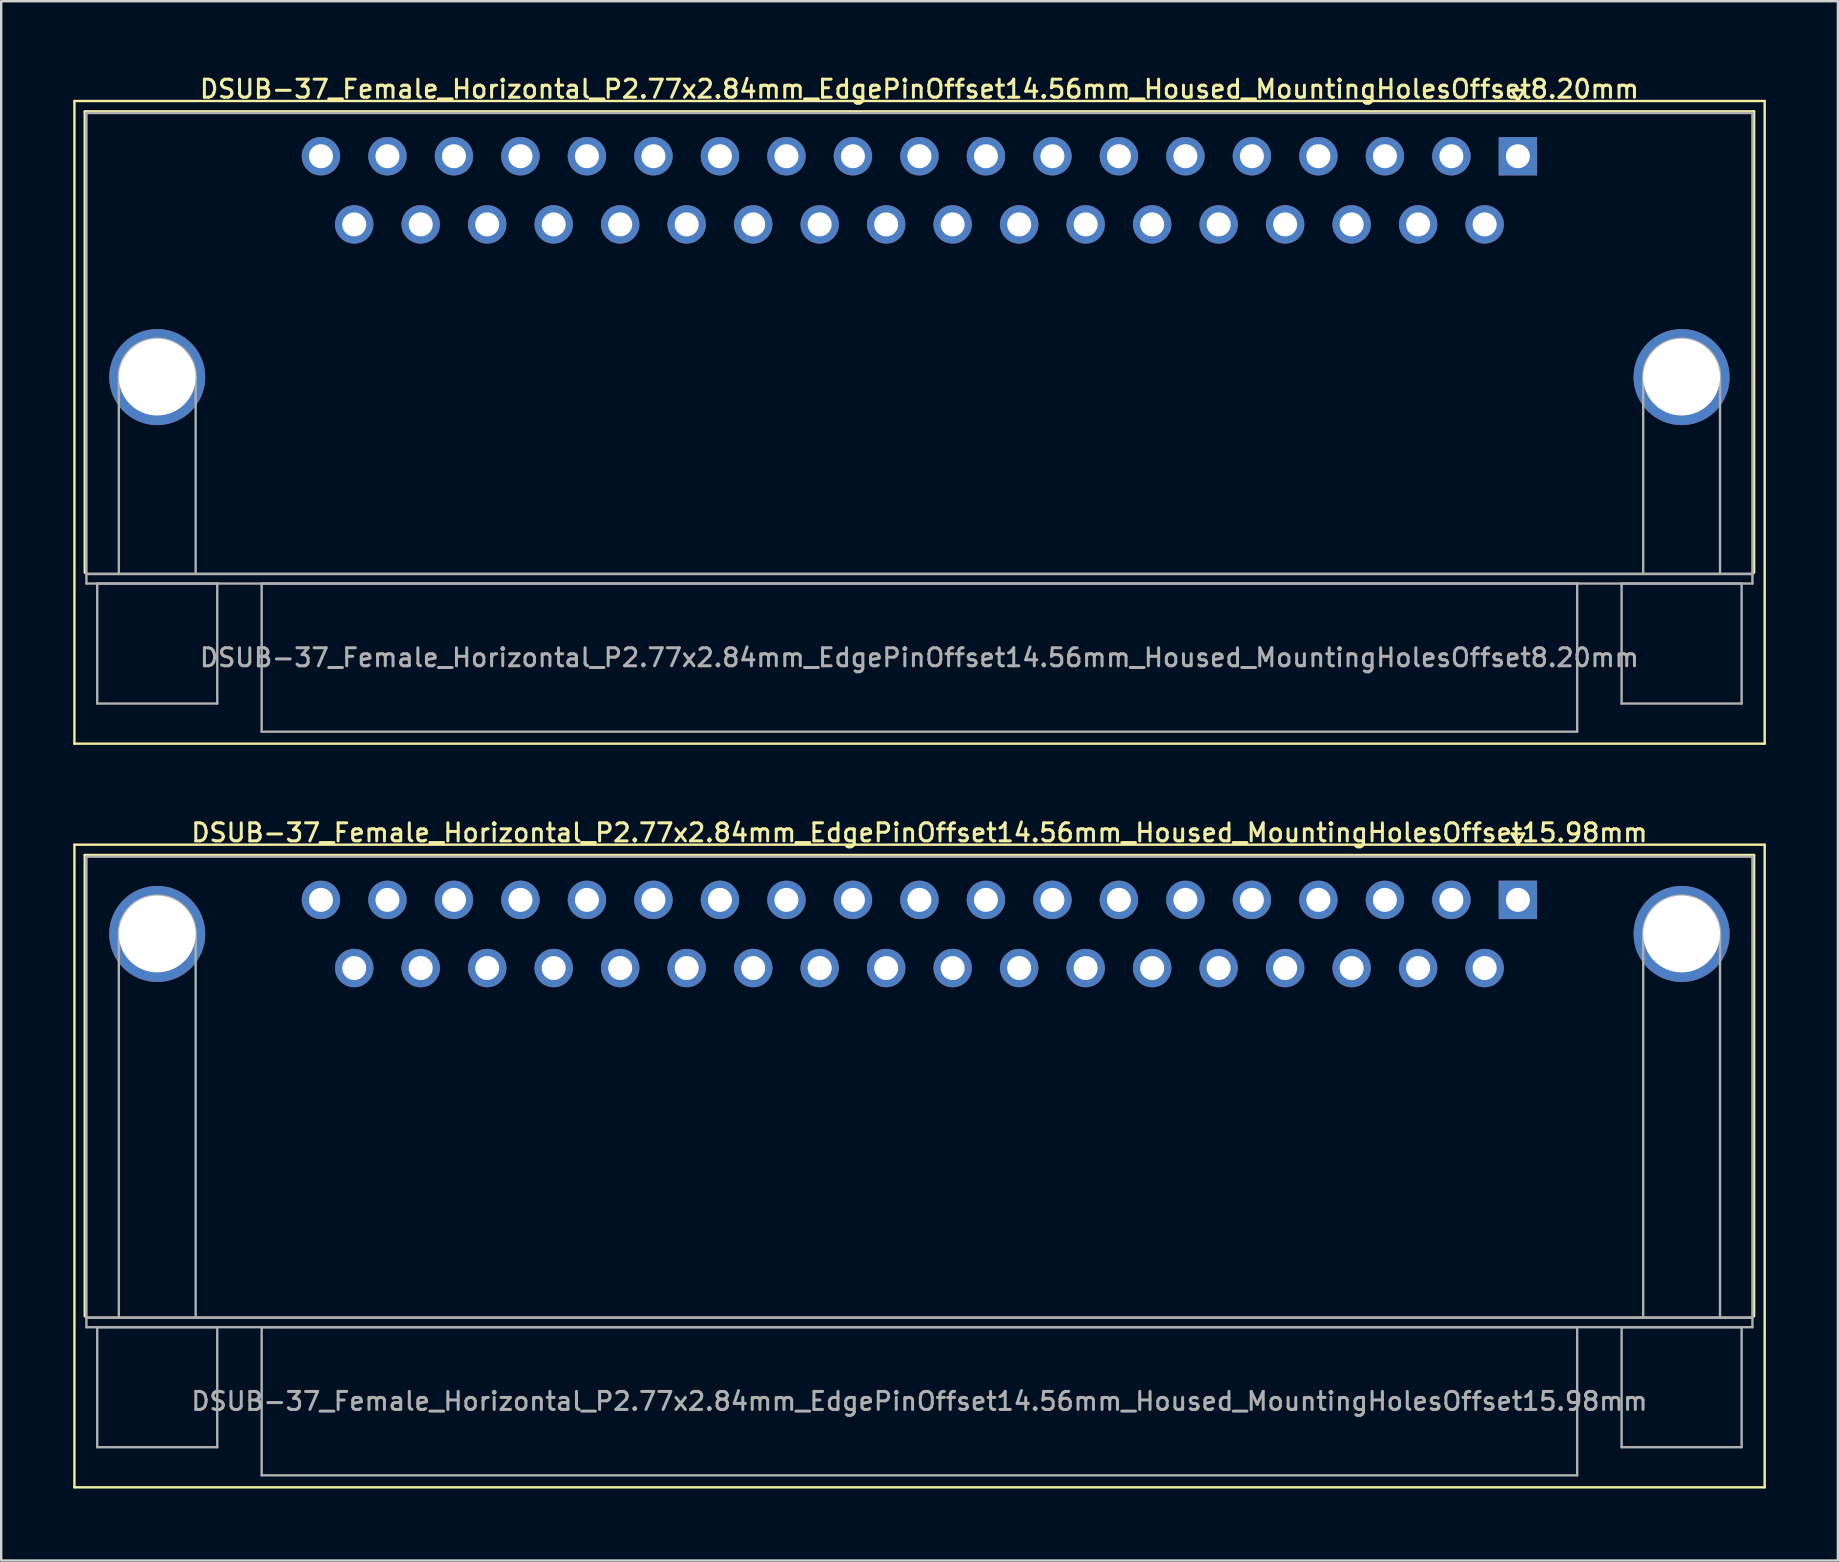
<source format=kicad_pcb>
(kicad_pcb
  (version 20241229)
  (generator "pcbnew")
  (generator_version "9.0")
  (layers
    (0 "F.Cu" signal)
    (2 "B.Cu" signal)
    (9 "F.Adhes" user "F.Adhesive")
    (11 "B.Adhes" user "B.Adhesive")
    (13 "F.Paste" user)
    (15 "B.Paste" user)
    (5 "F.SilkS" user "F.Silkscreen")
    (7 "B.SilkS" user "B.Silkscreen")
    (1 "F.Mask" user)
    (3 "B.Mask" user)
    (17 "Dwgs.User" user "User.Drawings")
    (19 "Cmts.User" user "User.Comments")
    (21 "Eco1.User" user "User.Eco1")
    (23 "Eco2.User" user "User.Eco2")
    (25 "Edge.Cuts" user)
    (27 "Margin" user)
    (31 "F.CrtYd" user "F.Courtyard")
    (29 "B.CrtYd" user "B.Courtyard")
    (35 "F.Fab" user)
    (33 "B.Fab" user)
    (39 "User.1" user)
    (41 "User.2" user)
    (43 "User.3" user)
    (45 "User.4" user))
  (footprint "DSUB-37_Female_Horizontal_P2.77x2.84mm_EdgePinOffset14.56mm_Housed_MountingHolesOffset8.20mm"
    (layer "F.Cu")
    (at 60.18 3.458)
    (property "Reference" "DSUB-37_Female_Horizontal_P2.77x2.84mm_EdgePinOffset14.56mm_Housed_MountingHolesOffset8.20mm" (at -24.93 -2.8 0) (layer "F.SilkS") (effects (font (size 0.75 0.75) (thickness 0.125))))
    (attr through_hole)
    (fp_line (start -60.13 -2.3) (end -60.13 24.47) (stroke (width 0.1) (type solid)) (layer "F.SilkS"))
    (fp_line (start -60.13 24.47) (end 10.28 24.47) (stroke (width 0.1) (type solid)) (layer "F.SilkS"))
    (fp_line (start -59.69 -1.86) (end 9.83 -1.86) (stroke (width 0.12) (type solid)) (layer "F.SilkS"))
    (fp_line (start -59.69 17.34) (end -59.69 -1.86) (stroke (width 0.12) (type solid)) (layer "F.SilkS"))
    (fp_line (start -0.25 -2.754) (end 0.25 -2.754) (stroke (width 0.12) (type solid)) (layer "F.SilkS"))
    (fp_line (start 0 -2.321) (end -0.25 -2.754) (stroke (width 0.12) (type solid)) (layer "F.SilkS"))
    (fp_line (start 0.25 -2.754) (end 0 -2.321) (stroke (width 0.12) (type solid)) (layer "F.SilkS"))
    (fp_line (start 9.83 -1.86) (end 9.83 17.34) (stroke (width 0.12) (type solid)) (layer "F.SilkS"))
    (fp_line (start 10.28 -2.3) (end -60.13 -2.3) (stroke (width 0.1) (type solid)) (layer "F.SilkS"))
    (fp_line (start 10.28 24.47) (end 10.28 -2.3) (stroke (width 0.1) (type solid)) (layer "F.SilkS"))
    (fp_line (start -59.63 -1.8) (end -59.63 17.4) (stroke (width 0.1) (type solid)) (layer "F.Fab"))
    (fp_line (start -59.63 17.4) (end -59.63 17.8) (stroke (width 0.1) (type solid)) (layer "F.Fab"))
    (fp_line (start -59.63 17.4) (end 9.77 17.4) (stroke (width 0.1) (type solid)) (layer "F.Fab"))
    (fp_line (start -59.63 17.8) (end 9.77 17.8) (stroke (width 0.1) (type solid)) (layer "F.Fab"))
    (fp_line (start -59.18 17.8) (end -59.18 22.8) (stroke (width 0.1) (type solid)) (layer "F.Fab"))
    (fp_line (start -59.18 22.8) (end -54.18 22.8) (stroke (width 0.1) (type solid)) (layer "F.Fab"))
    (fp_line (start -58.28 17.4) (end -58.28 9.2) (stroke (width 0.1) (type solid)) (layer "F.Fab"))
    (fp_line (start -55.08 17.4) (end -55.08 9.2) (stroke (width 0.1) (type solid)) (layer "F.Fab"))
    (fp_line (start -54.18 17.8) (end -59.18 17.8) (stroke (width 0.1) (type solid)) (layer "F.Fab"))
    (fp_line (start -54.18 22.8) (end -54.18 17.8) (stroke (width 0.1) (type solid)) (layer "F.Fab"))
    (fp_line (start -52.33 17.8) (end -52.33 23.97) (stroke (width 0.1) (type solid)) (layer "F.Fab"))
    (fp_line (start -52.33 23.97) (end 2.47 23.97) (stroke (width 0.1) (type solid)) (layer "F.Fab"))
    (fp_line (start 2.47 17.8) (end -52.33 17.8) (stroke (width 0.1) (type solid)) (layer "F.Fab"))
    (fp_line (start 2.47 23.97) (end 2.47 17.8) (stroke (width 0.1) (type solid)) (layer "F.Fab"))
    (fp_line (start 4.32 17.8) (end 4.32 22.8) (stroke (width 0.1) (type solid)) (layer "F.Fab"))
    (fp_line (start 4.32 22.8) (end 9.32 22.8) (stroke (width 0.1) (type solid)) (layer "F.Fab"))
    (fp_line (start 5.22 17.4) (end 5.22 9.2) (stroke (width 0.1) (type solid)) (layer "F.Fab"))
    (fp_line (start 8.42 17.4) (end 8.42 9.2) (stroke (width 0.1) (type solid)) (layer "F.Fab"))
    (fp_line (start 9.32 17.8) (end 4.32 17.8) (stroke (width 0.1) (type solid)) (layer "F.Fab"))
    (fp_line (start 9.32 22.8) (end 9.32 17.8) (stroke (width 0.1) (type solid)) (layer "F.Fab"))
    (fp_line (start 9.77 -1.8) (end -59.63 -1.8) (stroke (width 0.1) (type solid)) (layer "F.Fab"))
    (fp_line (start 9.77 17.4) (end -59.63 17.4) (stroke (width 0.1) (type solid)) (layer "F.Fab"))
    (fp_line (start 9.77 17.4) (end 9.77 -1.8) (stroke (width 0.1) (type solid)) (layer "F.Fab"))
    (fp_line (start 9.77 17.8) (end 9.77 17.4) (stroke (width 0.1) (type solid)) (layer "F.Fab"))
    (fp_arc (start -58.28 9.2) (mid -56.68 7.6) (end -55.08 9.2) (stroke (width 0.1) (type solid)) (layer "F.Fab"))
    (fp_arc (start 5.22 9.2) (mid 6.82 7.6) (end 8.42 9.2) (stroke (width 0.1) (type solid)) (layer "F.Fab"))
    (fp_text user "${REFERENCE}" (at -24.93 20.885 0) (layer "F.Fab") (effects (font (size 0.75 0.75) (thickness 0.125))))
    (pad "0" thru_hole circle (at -56.68 9.2) (size 4 4) (drill 3.2) (layers "*.Cu" "*.Mask"))
    (pad "0" thru_hole circle (at 6.82 9.2) (size 4 4) (drill 3.2) (layers "*.Cu" "*.Mask"))
    (pad "1" thru_hole rect (at 0 0) (size 1.6 1.6) (drill 1) (layers "*.Cu" "*.Mask"))
    (pad "2" thru_hole circle (at -2.77 0) (size 1.6 1.6) (drill 1) (layers "*.Cu" "*.Mask"))
    (pad "3" thru_hole circle (at -5.54 0) (size 1.6 1.6) (drill 1) (layers "*.Cu" "*.Mask"))
    (pad "4" thru_hole circle (at -8.31 0) (size 1.6 1.6) (drill 1) (layers "*.Cu" "*.Mask"))
    (pad "5" thru_hole circle (at -11.08 0) (size 1.6 1.6) (drill 1) (layers "*.Cu" "*.Mask"))
    (pad "6" thru_hole circle (at -13.85 0) (size 1.6 1.6) (drill 1) (layers "*.Cu" "*.Mask"))
    (pad "7" thru_hole circle (at -16.62 0) (size 1.6 1.6) (drill 1) (layers "*.Cu" "*.Mask"))
    (pad "8" thru_hole circle (at -19.39 0) (size 1.6 1.6) (drill 1) (layers "*.Cu" "*.Mask"))
    (pad "9" thru_hole circle (at -22.16 0) (size 1.6 1.6) (drill 1) (layers "*.Cu" "*.Mask"))
    (pad "10" thru_hole circle (at -24.93 0) (size 1.6 1.6) (drill 1) (layers "*.Cu" "*.Mask"))
    (pad "11" thru_hole circle (at -27.7 0) (size 1.6 1.6) (drill 1) (layers "*.Cu" "*.Mask"))
    (pad "12" thru_hole circle (at -30.47 0) (size 1.6 1.6) (drill 1) (layers "*.Cu" "*.Mask"))
    (pad "13" thru_hole circle (at -33.24 0) (size 1.6 1.6) (drill 1) (layers "*.Cu" "*.Mask"))
    (pad "14" thru_hole circle (at -36.01 0) (size 1.6 1.6) (drill 1) (layers "*.Cu" "*.Mask"))
    (pad "15" thru_hole circle (at -38.78 0) (size 1.6 1.6) (drill 1) (layers "*.Cu" "*.Mask"))
    (pad "16" thru_hole circle (at -41.55 0) (size 1.6 1.6) (drill 1) (layers "*.Cu" "*.Mask"))
    (pad "17" thru_hole circle (at -44.32 0) (size 1.6 1.6) (drill 1) (layers "*.Cu" "*.Mask"))
    (pad "18" thru_hole circle (at -47.09 0) (size 1.6 1.6) (drill 1) (layers "*.Cu" "*.Mask"))
    (pad "19" thru_hole circle (at -49.86 0) (size 1.6 1.6) (drill 1) (layers "*.Cu" "*.Mask"))
    (pad "20" thru_hole circle (at -1.385 2.84) (size 1.6 1.6) (drill 1) (layers "*.Cu" "*.Mask"))
    (pad "21" thru_hole circle (at -4.155 2.84) (size 1.6 1.6) (drill 1) (layers "*.Cu" "*.Mask"))
    (pad "22" thru_hole circle (at -6.925 2.84) (size 1.6 1.6) (drill 1) (layers "*.Cu" "*.Mask"))
    (pad "23" thru_hole circle (at -9.695 2.84) (size 1.6 1.6) (drill 1) (layers "*.Cu" "*.Mask"))
    (pad "24" thru_hole circle (at -12.465 2.84) (size 1.6 1.6) (drill 1) (layers "*.Cu" "*.Mask"))
    (pad "25" thru_hole circle (at -15.235 2.84) (size 1.6 1.6) (drill 1) (layers "*.Cu" "*.Mask"))
    (pad "26" thru_hole circle (at -18.005 2.84) (size 1.6 1.6) (drill 1) (layers "*.Cu" "*.Mask"))
    (pad "27" thru_hole circle (at -20.775 2.84) (size 1.6 1.6) (drill 1) (layers "*.Cu" "*.Mask"))
    (pad "28" thru_hole circle (at -23.545 2.84) (size 1.6 1.6) (drill 1) (layers "*.Cu" "*.Mask"))
    (pad "29" thru_hole circle (at -26.315 2.84) (size 1.6 1.6) (drill 1) (layers "*.Cu" "*.Mask"))
    (pad "30" thru_hole circle (at -29.085 2.84) (size 1.6 1.6) (drill 1) (layers "*.Cu" "*.Mask"))
    (pad "31" thru_hole circle (at -31.855 2.84) (size 1.6 1.6) (drill 1) (layers "*.Cu" "*.Mask"))
    (pad "32" thru_hole circle (at -34.625 2.84) (size 1.6 1.6) (drill 1) (layers "*.Cu" "*.Mask"))
    (pad "33" thru_hole circle (at -37.395 2.84) (size 1.6 1.6) (drill 1) (layers "*.Cu" "*.Mask"))
    (pad "34" thru_hole circle (at -40.165 2.84) (size 1.6 1.6) (drill 1) (layers "*.Cu" "*.Mask"))
    (pad "35" thru_hole circle (at -42.935 2.84) (size 1.6 1.6) (drill 1) (layers "*.Cu" "*.Mask"))
    (pad "36" thru_hole circle (at -45.705 2.84) (size 1.6 1.6) (drill 1) (layers "*.Cu" "*.Mask"))
    (pad "37" thru_hole circle (at -48.475 2.84) (size 1.6 1.6) (drill 1) (layers "*.Cu" "*.Mask")))
  (footprint "DSUB-37_Female_Horizontal_P2.77x2.84mm_EdgePinOffset14.56mm_Housed_MountingHolesOffset15.98mm"
    (layer "F.Cu")
    (at 60.18 34.436)
    (property "Reference" "DSUB-37_Female_Horizontal_P2.77x2.84mm_EdgePinOffset14.56mm_Housed_MountingHolesOffset15.98mm" (at -24.93 -2.8 0) (layer "F.SilkS") (effects (font (size 0.75 0.75) (thickness 0.125))))
    (attr through_hole)
    (fp_line (start -60.13 -2.3) (end -60.13 24.47) (stroke (width 0.1) (type solid)) (layer "F.SilkS"))
    (fp_line (start -60.13 24.47) (end 10.28 24.47) (stroke (width 0.1) (type solid)) (layer "F.SilkS"))
    (fp_line (start -59.69 -1.86) (end 9.83 -1.86) (stroke (width 0.12) (type solid)) (layer "F.SilkS"))
    (fp_line (start -59.69 17.34) (end -59.69 -1.86) (stroke (width 0.12) (type solid)) (layer "F.SilkS"))
    (fp_line (start -0.25 -2.754) (end 0.25 -2.754) (stroke (width 0.12) (type solid)) (layer "F.SilkS"))
    (fp_line (start 0 -2.321) (end -0.25 -2.754) (stroke (width 0.12) (type solid)) (layer "F.SilkS"))
    (fp_line (start 0.25 -2.754) (end 0 -2.321) (stroke (width 0.12) (type solid)) (layer "F.SilkS"))
    (fp_line (start 9.83 -1.86) (end 9.83 17.34) (stroke (width 0.12) (type solid)) (layer "F.SilkS"))
    (fp_line (start 10.28 -2.3) (end -60.13 -2.3) (stroke (width 0.1) (type solid)) (layer "F.SilkS"))
    (fp_line (start 10.28 24.47) (end 10.28 -2.3) (stroke (width 0.1) (type solid)) (layer "F.SilkS"))
    (fp_line (start -59.63 -1.8) (end -59.63 17.4) (stroke (width 0.1) (type solid)) (layer "F.Fab"))
    (fp_line (start -59.63 17.4) (end -59.63 17.8) (stroke (width 0.1) (type solid)) (layer "F.Fab"))
    (fp_line (start -59.63 17.4) (end 9.77 17.4) (stroke (width 0.1) (type solid)) (layer "F.Fab"))
    (fp_line (start -59.63 17.8) (end 9.77 17.8) (stroke (width 0.1) (type solid)) (layer "F.Fab"))
    (fp_line (start -59.18 17.8) (end -59.18 22.8) (stroke (width 0.1) (type solid)) (layer "F.Fab"))
    (fp_line (start -59.18 22.8) (end -54.18 22.8) (stroke (width 0.1) (type solid)) (layer "F.Fab"))
    (fp_line (start -58.28 17.4) (end -58.28 1.42) (stroke (width 0.1) (type solid)) (layer "F.Fab"))
    (fp_line (start -55.08 17.4) (end -55.08 1.42) (stroke (width 0.1) (type solid)) (layer "F.Fab"))
    (fp_line (start -54.18 17.8) (end -59.18 17.8) (stroke (width 0.1) (type solid)) (layer "F.Fab"))
    (fp_line (start -54.18 22.8) (end -54.18 17.8) (stroke (width 0.1) (type solid)) (layer "F.Fab"))
    (fp_line (start -52.33 17.8) (end -52.33 23.97) (stroke (width 0.1) (type solid)) (layer "F.Fab"))
    (fp_line (start -52.33 23.97) (end 2.47 23.97) (stroke (width 0.1) (type solid)) (layer "F.Fab"))
    (fp_line (start 2.47 17.8) (end -52.33 17.8) (stroke (width 0.1) (type solid)) (layer "F.Fab"))
    (fp_line (start 2.47 23.97) (end 2.47 17.8) (stroke (width 0.1) (type solid)) (layer "F.Fab"))
    (fp_line (start 4.32 17.8) (end 4.32 22.8) (stroke (width 0.1) (type solid)) (layer "F.Fab"))
    (fp_line (start 4.32 22.8) (end 9.32 22.8) (stroke (width 0.1) (type solid)) (layer "F.Fab"))
    (fp_line (start 5.22 17.4) (end 5.22 1.42) (stroke (width 0.1) (type solid)) (layer "F.Fab"))
    (fp_line (start 8.42 17.4) (end 8.42 1.42) (stroke (width 0.1) (type solid)) (layer "F.Fab"))
    (fp_line (start 9.32 17.8) (end 4.32 17.8) (stroke (width 0.1) (type solid)) (layer "F.Fab"))
    (fp_line (start 9.32 22.8) (end 9.32 17.8) (stroke (width 0.1) (type solid)) (layer "F.Fab"))
    (fp_line (start 9.77 -1.8) (end -59.63 -1.8) (stroke (width 0.1) (type solid)) (layer "F.Fab"))
    (fp_line (start 9.77 17.4) (end -59.63 17.4) (stroke (width 0.1) (type solid)) (layer "F.Fab"))
    (fp_line (start 9.77 17.4) (end 9.77 -1.8) (stroke (width 0.1) (type solid)) (layer "F.Fab"))
    (fp_line (start 9.77 17.8) (end 9.77 17.4) (stroke (width 0.1) (type solid)) (layer "F.Fab"))
    (fp_arc (start -58.28 1.42) (mid -56.68 -0.18) (end -55.08 1.42) (stroke (width 0.1) (type solid)) (layer "F.Fab"))
    (fp_arc (start 5.22 1.42) (mid 6.82 -0.18) (end 8.42 1.42) (stroke (width 0.1) (type solid)) (layer "F.Fab"))
    (fp_text user "${REFERENCE}" (at -24.93 20.885 0) (layer "F.Fab") (effects (font (size 0.75 0.75) (thickness 0.125))))
    (pad "0" thru_hole circle (at -56.68 1.42) (size 4 4) (drill 3.2) (layers "*.Cu" "*.Mask"))
    (pad "0" thru_hole circle (at 6.82 1.42) (size 4 4) (drill 3.2) (layers "*.Cu" "*.Mask"))
    (pad "1" thru_hole rect (at 0 0) (size 1.6 1.6) (drill 1) (layers "*.Cu" "*.Mask"))
    (pad "2" thru_hole circle (at -2.77 0) (size 1.6 1.6) (drill 1) (layers "*.Cu" "*.Mask"))
    (pad "3" thru_hole circle (at -5.54 0) (size 1.6 1.6) (drill 1) (layers "*.Cu" "*.Mask"))
    (pad "4" thru_hole circle (at -8.31 0) (size 1.6 1.6) (drill 1) (layers "*.Cu" "*.Mask"))
    (pad "5" thru_hole circle (at -11.08 0) (size 1.6 1.6) (drill 1) (layers "*.Cu" "*.Mask"))
    (pad "6" thru_hole circle (at -13.85 0) (size 1.6 1.6) (drill 1) (layers "*.Cu" "*.Mask"))
    (pad "7" thru_hole circle (at -16.62 0) (size 1.6 1.6) (drill 1) (layers "*.Cu" "*.Mask"))
    (pad "8" thru_hole circle (at -19.39 0) (size 1.6 1.6) (drill 1) (layers "*.Cu" "*.Mask"))
    (pad "9" thru_hole circle (at -22.16 0) (size 1.6 1.6) (drill 1) (layers "*.Cu" "*.Mask"))
    (pad "10" thru_hole circle (at -24.93 0) (size 1.6 1.6) (drill 1) (layers "*.Cu" "*.Mask"))
    (pad "11" thru_hole circle (at -27.7 0) (size 1.6 1.6) (drill 1) (layers "*.Cu" "*.Mask"))
    (pad "12" thru_hole circle (at -30.47 0) (size 1.6 1.6) (drill 1) (layers "*.Cu" "*.Mask"))
    (pad "13" thru_hole circle (at -33.24 0) (size 1.6 1.6) (drill 1) (layers "*.Cu" "*.Mask"))
    (pad "14" thru_hole circle (at -36.01 0) (size 1.6 1.6) (drill 1) (layers "*.Cu" "*.Mask"))
    (pad "15" thru_hole circle (at -38.78 0) (size 1.6 1.6) (drill 1) (layers "*.Cu" "*.Mask"))
    (pad "16" thru_hole circle (at -41.55 0) (size 1.6 1.6) (drill 1) (layers "*.Cu" "*.Mask"))
    (pad "17" thru_hole circle (at -44.32 0) (size 1.6 1.6) (drill 1) (layers "*.Cu" "*.Mask"))
    (pad "18" thru_hole circle (at -47.09 0) (size 1.6 1.6) (drill 1) (layers "*.Cu" "*.Mask"))
    (pad "19" thru_hole circle (at -49.86 0) (size 1.6 1.6) (drill 1) (layers "*.Cu" "*.Mask"))
    (pad "20" thru_hole circle (at -1.385 2.84) (size 1.6 1.6) (drill 1) (layers "*.Cu" "*.Mask"))
    (pad "21" thru_hole circle (at -4.155 2.84) (size 1.6 1.6) (drill 1) (layers "*.Cu" "*.Mask"))
    (pad "22" thru_hole circle (at -6.925 2.84) (size 1.6 1.6) (drill 1) (layers "*.Cu" "*.Mask"))
    (pad "23" thru_hole circle (at -9.695 2.84) (size 1.6 1.6) (drill 1) (layers "*.Cu" "*.Mask"))
    (pad "24" thru_hole circle (at -12.465 2.84) (size 1.6 1.6) (drill 1) (layers "*.Cu" "*.Mask"))
    (pad "25" thru_hole circle (at -15.235 2.84) (size 1.6 1.6) (drill 1) (layers "*.Cu" "*.Mask"))
    (pad "26" thru_hole circle (at -18.005 2.84) (size 1.6 1.6) (drill 1) (layers "*.Cu" "*.Mask"))
    (pad "27" thru_hole circle (at -20.775 2.84) (size 1.6 1.6) (drill 1) (layers "*.Cu" "*.Mask"))
    (pad "28" thru_hole circle (at -23.545 2.84) (size 1.6 1.6) (drill 1) (layers "*.Cu" "*.Mask"))
    (pad "29" thru_hole circle (at -26.315 2.84) (size 1.6 1.6) (drill 1) (layers "*.Cu" "*.Mask"))
    (pad "30" thru_hole circle (at -29.085 2.84) (size 1.6 1.6) (drill 1) (layers "*.Cu" "*.Mask"))
    (pad "31" thru_hole circle (at -31.855 2.84) (size 1.6 1.6) (drill 1) (layers "*.Cu" "*.Mask"))
    (pad "32" thru_hole circle (at -34.625 2.84) (size 1.6 1.6) (drill 1) (layers "*.Cu" "*.Mask"))
    (pad "33" thru_hole circle (at -37.395 2.84) (size 1.6 1.6) (drill 1) (layers "*.Cu" "*.Mask"))
    (pad "34" thru_hole circle (at -40.165 2.84) (size 1.6 1.6) (drill 1) (layers "*.Cu" "*.Mask"))
    (pad "35" thru_hole circle (at -42.935 2.84) (size 1.6 1.6) (drill 1) (layers "*.Cu" "*.Mask"))
    (pad "36" thru_hole circle (at -45.705 2.84) (size 1.6 1.6) (drill 1) (layers "*.Cu" "*.Mask"))
    (pad "37" thru_hole circle (at -48.475 2.84) (size 1.6 1.6) (drill 1) (layers "*.Cu" "*.Mask")))
  (gr_rect
    (start -3 -3)
    (end 73.51 61.956)
    (stroke (width 0.1) (type default))
    (fill no)
    (layer "Edge.Cuts")))
</source>
